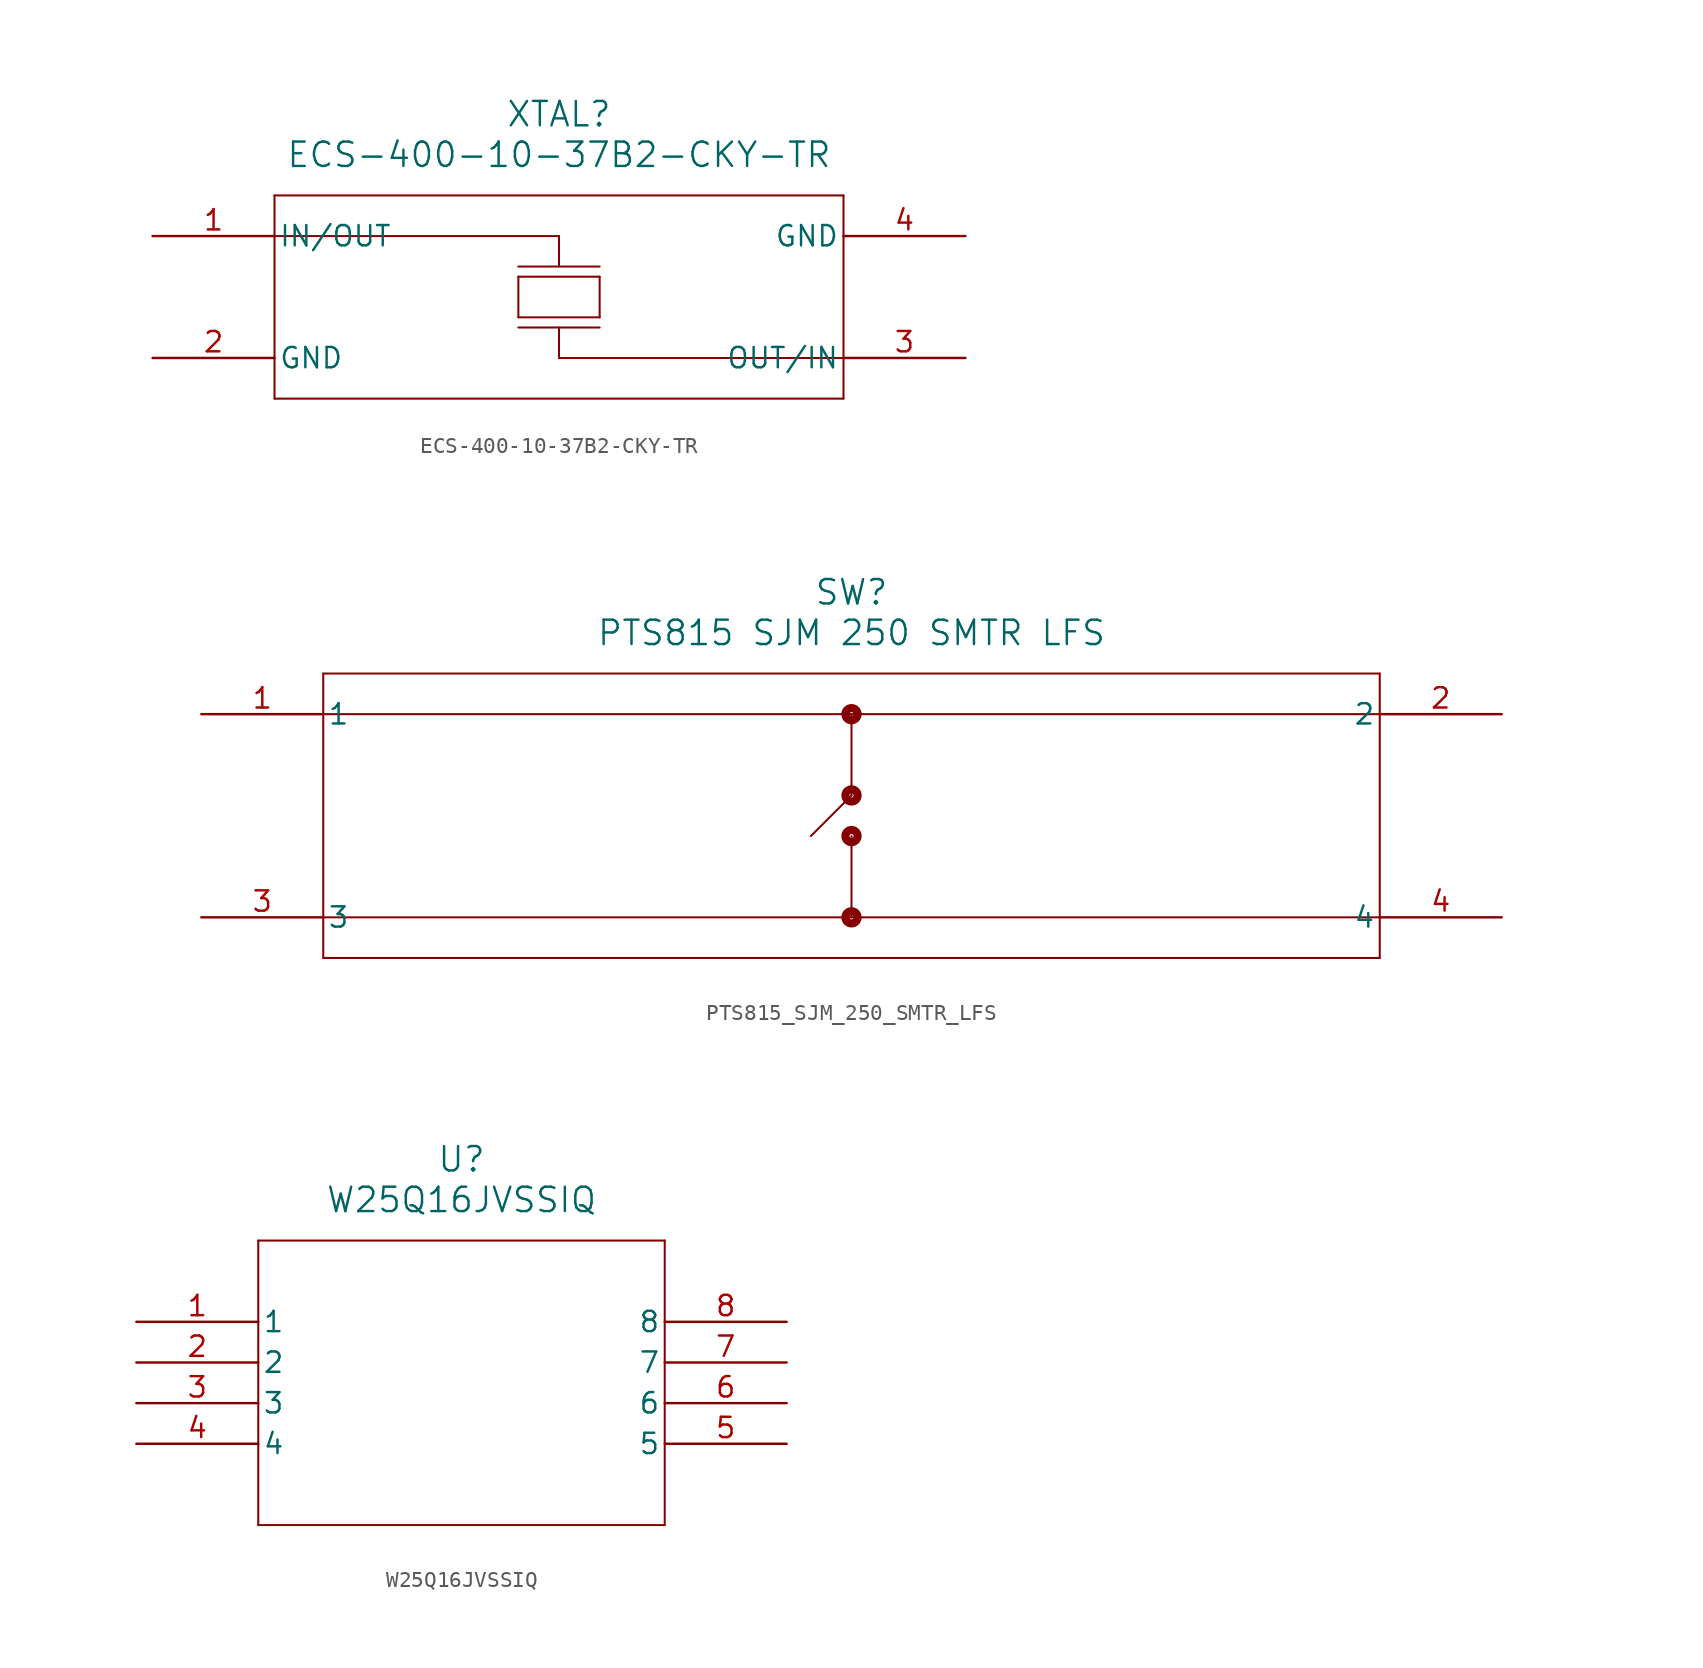
<source format=kicad_sym>
(kicad_symbol_lib
  (version 20231120)
  (generator "kicad_symbol_editor")
  (generator_version "8.0")
  (symbol "ECS-400-10-37B2-CKY-TR"
    (pin_names
      (offset 0.254))
    (property "Reference" "XTAL"
      (at 25.4 7.62 0)
      (effects (font (size 1.524 1.524))))
    (property "Value" "ECS-400-10-37B2-CKY-TR"
      (at 25.4 5.08 0)
      (effects (font (size 1.524 1.524))))
    (property "ki_locked" ""
      (at 0 0 0)
      (effects (font (size 1.27 1.27))))
    (symbol "ECS-400-10-37B2-CKY-TR_0_1"
      (polyline (pts (xy 7.62 -10.16) (xy 43.18 -10.16)) (stroke (width 0.127) (type default)) (fill (type none)))
      (polyline (pts (xy 7.62 0) (xy 25.4 0)) (stroke (width 0.127) (type default)) (fill (type none)))
      (polyline (pts (xy 7.62 2.54) (xy 7.62 -10.16)) (stroke (width 0.127) (type default)) (fill (type none)))
      (polyline (pts (xy 22.86 -5.08) (xy 27.94 -5.08)) (stroke (width 0.127) (type default)) (fill (type none)))
      (polyline (pts (xy 22.86 -2.54) (xy 22.86 -5.08)) (stroke (width 0.127) (type default)) (fill (type none)))
      (polyline (pts (xy 22.86 -1.905) (xy 27.94 -1.905)) (stroke (width 0.127) (type default)) (fill (type none)))
      (polyline (pts (xy 25.4 -5.715) (xy 25.4 -7.62)) (stroke (width 0.127) (type default)) (fill (type none)))
      (polyline (pts (xy 25.4 -1.905) (xy 25.4 0)) (stroke (width 0.127) (type default)) (fill (type none)))
      (polyline (pts (xy 27.94 -5.715) (xy 22.86 -5.715)) (stroke (width 0.127) (type default)) (fill (type none)))
      (polyline (pts (xy 27.94 -5.08) (xy 27.94 -2.54)) (stroke (width 0.127) (type default)) (fill (type none)))
      (polyline (pts (xy 27.94 -2.54) (xy 22.86 -2.54)) (stroke (width 0.127) (type default)) (fill (type none)))
      (polyline (pts (xy 43.18 -10.16) (xy 43.18 2.54)) (stroke (width 0.127) (type default)) (fill (type none)))
      (polyline (pts (xy 43.18 -7.62) (xy 25.4 -7.62)) (stroke (width 0.127) (type default)) (fill (type none)))
      (polyline (pts (xy 43.18 2.54) (xy 7.62 2.54)) (stroke (width 0.127) (type default)) (fill (type none)))
      (pin bidirectional line (at 0 0 0) (length 7.62) (name "IN/OUT" (effects (font (size 1.27 1.27)))) (number "1" (effects (font (size 1.27 1.27)))))
      (pin power_out line (at 0 -7.62 0) (length 7.62) (name "GND" (effects (font (size 1.27 1.27)))) (number "2" (effects (font (size 1.27 1.27)))))
      (pin bidirectional line (at 50.8 -7.62 180) (length 7.62) (name "OUT/IN" (effects (font (size 1.27 1.27)))) (number "3" (effects (font (size 1.27 1.27)))))
      (pin power_out line (at 50.8 0 180) (length 7.62) (name "GND" (effects (font (size 1.27 1.27)))) (number "4" (effects (font (size 1.27 1.27)))))))
  (symbol "PTS815_SJM_250_SMTR_LFS"
    (pin_names
      (offset 0.254))
    (property "Reference" "SW"
      (at 40.64 7.62 0)
      (effects (font (size 1.524 1.524))))
    (property "Value" "PTS815 SJM 250 SMTR LFS"
      (at 40.64 5.08 0)
      (effects (font (size 1.524 1.524))))
    (property "ki_locked" ""
      (at 0 0 0)
      (effects (font (size 1.27 1.27))))
    (symbol "PTS815_SJM_250_SMTR_LFS_0_1"
      (polyline (pts (xy 7.62 -15.24) (xy 73.66 -15.24)) (stroke (width 0.127) (type default)) (fill (type none)))
      (polyline (pts (xy 7.62 0) (xy 73.66 0)) (stroke (width 0.127) (type default)) (fill (type none)))
      (polyline (pts (xy 7.62 2.54) (xy 7.62 -15.24)) (stroke (width 0.127) (type default)) (fill (type none)))
      (polyline (pts (xy 38.1 -7.62) (xy 40.64 -5.08)) (stroke (width 0.127) (type default)) (fill (type none)))
      (polyline (pts (xy 40.64 -7.62) (xy 40.64 -12.7)) (stroke (width 0.127) (type default)) (fill (type none)))
      (polyline (pts (xy 40.64 -5.08) (xy 40.64 0)) (stroke (width 0.127) (type default)) (fill (type none)))
      (polyline (pts (xy 73.66 -15.24) (xy 73.66 2.54)) (stroke (width 0.127) (type default)) (fill (type none)))
      (polyline (pts (xy 73.66 -12.7) (xy 7.62 -12.7)) (stroke (width 0.127) (type default)) (fill (type none)))
      (polyline (pts (xy 73.66 2.54) (xy 7.62 2.54)) (stroke (width 0.127) (type default)) (fill (type none)))
      (circle (center 40.64 -12.7) (radius 0.127) (stroke (width 0.508) (type default)) (fill (type none)))
      (circle (center 40.64 -7.62) (radius 0.127) (stroke (width 0.508) (type default)) (fill (type none)))
      (circle (center 40.64 -5.08) (radius 0.127) (stroke (width 0.508) (type default)) (fill (type none)))
      (circle (center 40.64 0) (radius 0.127) (stroke (width 0.508) (type default)) (fill (type none)))
      (pin unspecified line (at 0 0 0) (length 7.62) (name "1" (effects (font (size 1.27 1.27)))) (number "1" (effects (font (size 1.27 1.27)))))
      (pin unspecified line (at 81.28 0 180) (length 7.62) (name "2" (effects (font (size 1.27 1.27)))) (number "2" (effects (font (size 1.27 1.27)))))
      (pin unspecified line (at 0 -12.7 0) (length 7.62) (name "3" (effects (font (size 1.27 1.27)))) (number "3" (effects (font (size 1.27 1.27)))))
      (pin unspecified line (at 81.28 -12.7 180) (length 7.62) (name "4" (effects (font (size 1.27 1.27)))) (number "4" (effects (font (size 1.27 1.27)))))))
  (symbol "W25Q16JVSSIQ"
    (pin_names
      (offset 0.254))
    (property "Reference" "U"
      (at 20.32 10.16 0)
      (effects (font (size 1.524 1.524))))
    (property "Value" "W25Q16JVSSIQ"
      (at 20.32 7.62 0)
      (effects (font (size 1.524 1.524))))
    (property "ki_locked" ""
      (at 0 0 0)
      (effects (font (size 1.27 1.27))))
    (symbol "W25Q16JVSSIQ_0_1"
      (polyline (pts (xy 7.62 -12.7) (xy 33.02 -12.7)) (stroke (width 0.127) (type default)) (fill (type none)))
      (polyline (pts (xy 7.62 5.08) (xy 7.62 -12.7)) (stroke (width 0.127) (type default)) (fill (type none)))
      (polyline (pts (xy 33.02 -12.7) (xy 33.02 5.08)) (stroke (width 0.127) (type default)) (fill (type none)))
      (polyline (pts (xy 33.02 5.08) (xy 7.62 5.08)) (stroke (width 0.127) (type default)) (fill (type none)))
      (pin unspecified line (at 0 0 0) (length 7.62) (name "1" (effects (font (size 1.27 1.27)))) (number "1" (effects (font (size 1.27 1.27)))))
      (pin unspecified line (at 0 -2.54 0) (length 7.62) (name "2" (effects (font (size 1.27 1.27)))) (number "2" (effects (font (size 1.27 1.27)))))
      (pin unspecified line (at 0 -5.08 0) (length 7.62) (name "3" (effects (font (size 1.27 1.27)))) (number "3" (effects (font (size 1.27 1.27)))))
      (pin unspecified line (at 0 -7.62 0) (length 7.62) (name "4" (effects (font (size 1.27 1.27)))) (number "4" (effects (font (size 1.27 1.27)))))
      (pin unspecified line (at 40.64 -7.62 180) (length 7.62) (name "5" (effects (font (size 1.27 1.27)))) (number "5" (effects (font (size 1.27 1.27)))))
      (pin unspecified line (at 40.64 -5.08 180) (length 7.62) (name "6" (effects (font (size 1.27 1.27)))) (number "6" (effects (font (size 1.27 1.27)))))
      (pin unspecified line (at 40.64 -2.54 180) (length 7.62) (name "7" (effects (font (size 1.27 1.27)))) (number "7" (effects (font (size 1.27 1.27)))))
      (pin unspecified line (at 40.64 0 180) (length 7.62) (name "8" (effects (font (size 1.27 1.27)))) (number "8" (effects (font (size 1.27 1.27))))))))
</source>
